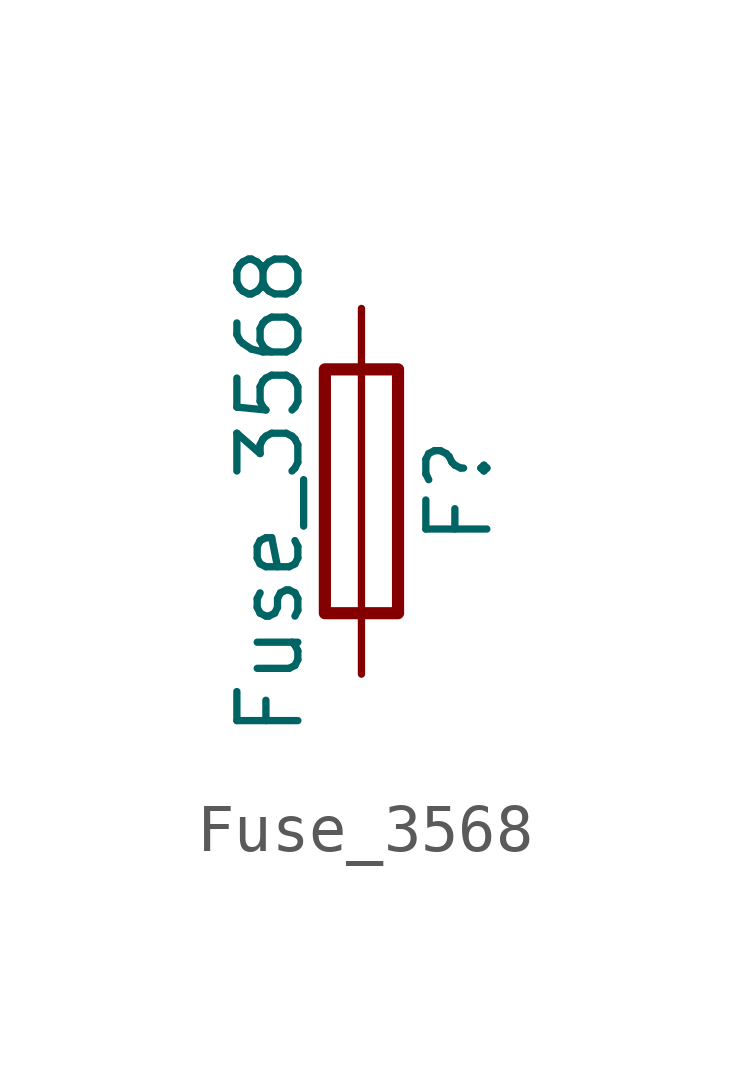
<source format=kicad_sym>
(kicad_symbol_lib
  (version 20241209)
  (generator "kicad_symbol_editor")
  (generator_version "9.0")
  (symbol "Fuse_3568"
    (pin_numbers
      (hide yes))
    (pin_names
      (offset 0))
    (property "Reference" "F"
      (at 2.032 0 90)
      (effects (font (size 1.27 1.27))))
    (property "Value" "Fuse_3568"
      (at -1.905 0 90)
      (effects (font (size 1.27 1.27))))
    (symbol "Fuse_3568_0_1"
      (rectangle (start -0.762 -2.54) (end 0.762 2.54) (stroke (width 0.254) (type default)) (fill (type none)))
      (polyline (pts (xy 0 2.54) (xy 0 -2.54)) (stroke (width 0) (type default)) (fill (type none))))
    (symbol "Fuse_3568_1_1"
      (pin passive line (at 0 3.81 270) (length 1.27) (name "~" (effects (font (size 1.27 1.27)))) (number "1" (effects (font (size 1.27 1.27)))))
      (pin passive line (at 0 -3.81 90) (length 1.27) (name "~" (effects (font (size 1.27 1.27)))) (number "2" (effects (font (size 1.27 1.27))))))))
</source>
